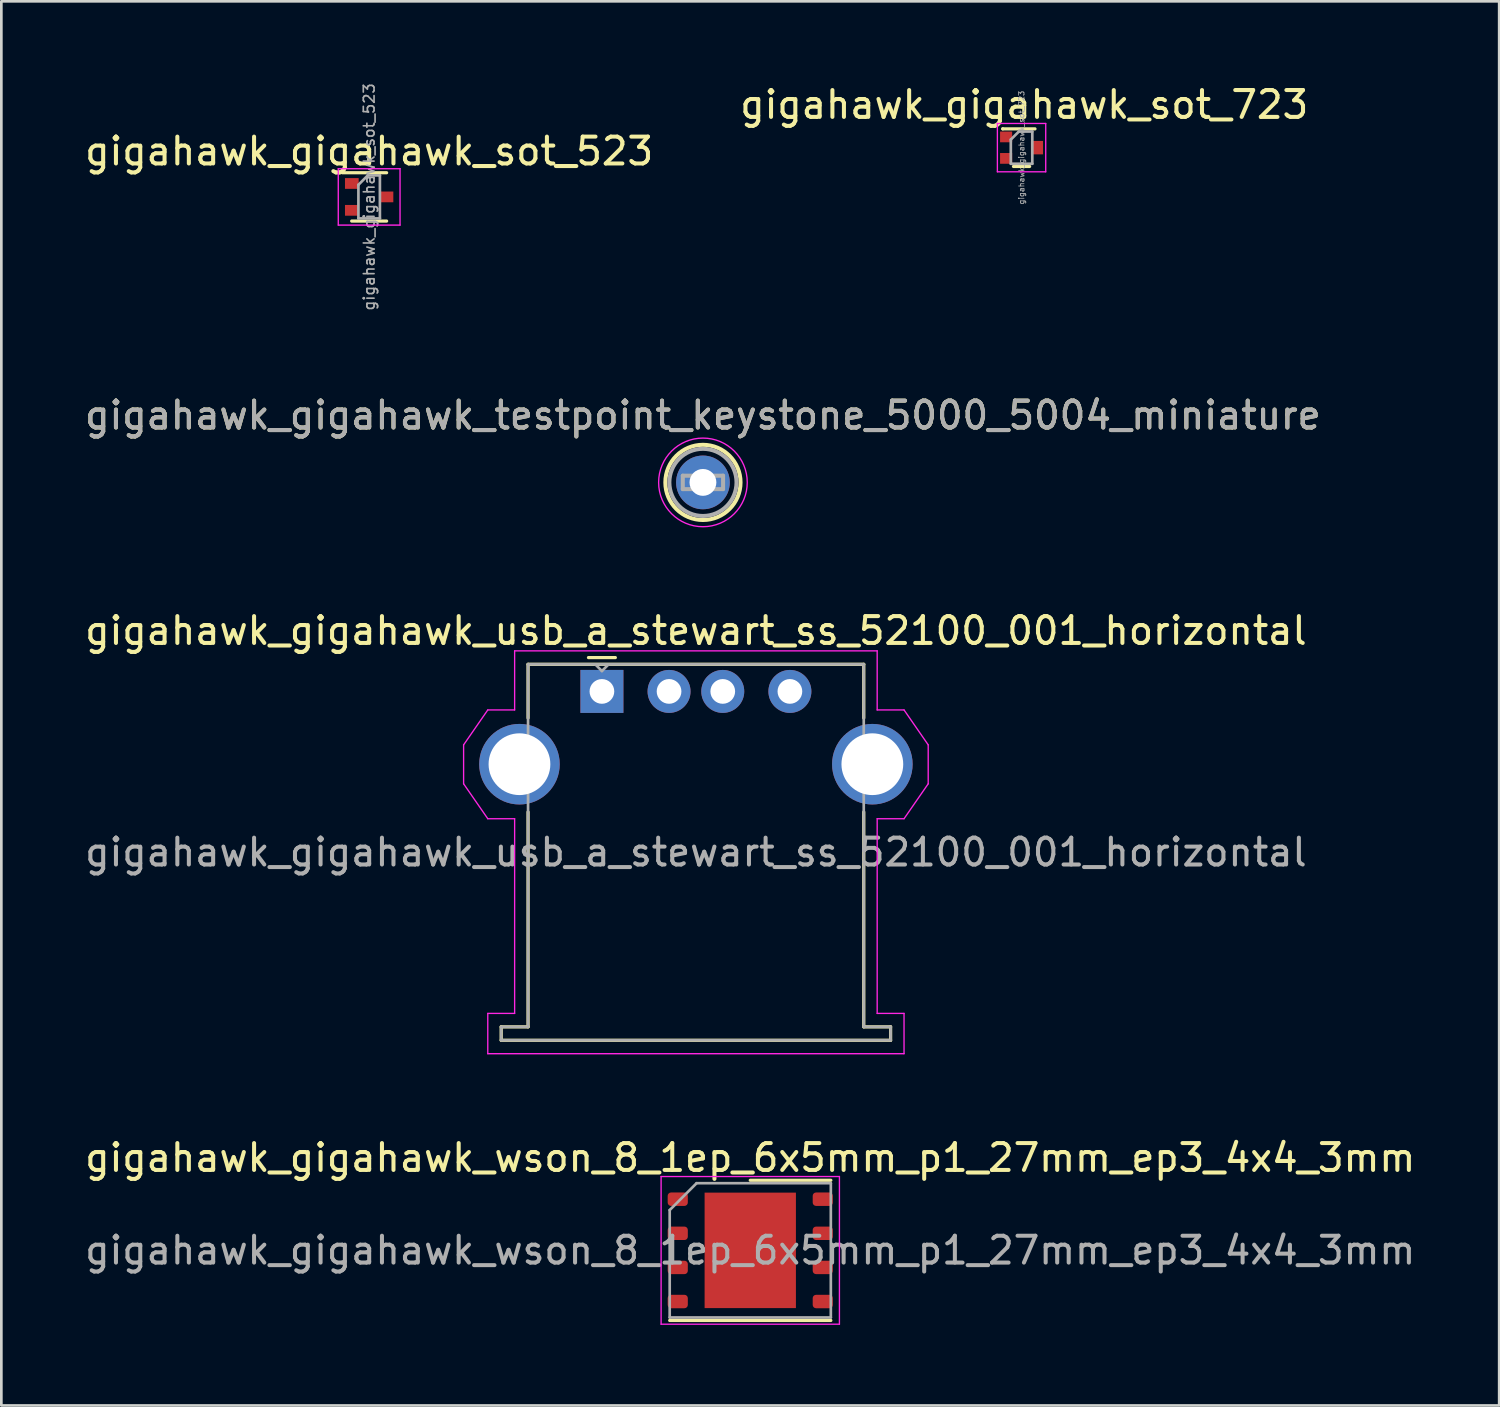
<source format=kicad_pcb>
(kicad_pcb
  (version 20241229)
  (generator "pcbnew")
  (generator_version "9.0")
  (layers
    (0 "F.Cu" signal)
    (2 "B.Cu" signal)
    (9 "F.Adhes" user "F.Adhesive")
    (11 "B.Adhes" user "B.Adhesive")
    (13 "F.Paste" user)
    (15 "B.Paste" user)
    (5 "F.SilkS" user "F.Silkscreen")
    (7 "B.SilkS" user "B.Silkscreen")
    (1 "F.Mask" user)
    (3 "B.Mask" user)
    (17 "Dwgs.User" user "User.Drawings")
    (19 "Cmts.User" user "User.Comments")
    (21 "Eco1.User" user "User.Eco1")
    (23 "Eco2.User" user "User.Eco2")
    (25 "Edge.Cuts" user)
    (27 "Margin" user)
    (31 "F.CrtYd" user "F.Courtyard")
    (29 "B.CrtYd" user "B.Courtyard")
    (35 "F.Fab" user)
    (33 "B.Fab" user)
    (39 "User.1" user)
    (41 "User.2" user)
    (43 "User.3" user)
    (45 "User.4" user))
  (footprint "gigahawk_gigahawk_wson_8_1ep_6x5mm_p1_27mm_ep3_4x4_3mm"
    (layer "F.Cu")
    (at 24.887 43.509)
    (property "Reference" "gigahawk_gigahawk_wson_8_1ep_6x5mm_p1_27mm_ep3_4x4_3mm" (at 0 -3.45 0) (layer "F.SilkS") (effects (font (size 1 1) (thickness 0.15))))
    (attr smd)
    (fp_line (start -3 2.61) (end 3 2.61) (stroke (width 0.12) (type solid)) (layer "F.SilkS"))
    (fp_line (start 0 -2.61) (end 3 -2.61) (stroke (width 0.12) (type solid)) (layer "F.SilkS"))
    (fp_line (start -3.32 -2.75) (end -3.32 2.75) (stroke (width 0.05) (type solid)) (layer "F.CrtYd"))
    (fp_line (start -3.32 2.75) (end 3.32 2.75) (stroke (width 0.05) (type solid)) (layer "F.CrtYd"))
    (fp_line (start 3.32 -2.75) (end -3.32 -2.75) (stroke (width 0.05) (type solid)) (layer "F.CrtYd"))
    (fp_line (start 3.32 2.75) (end 3.32 -2.75) (stroke (width 0.05) (type solid)) (layer "F.CrtYd"))
    (fp_line (start -3 -1.5) (end -2 -2.5) (stroke (width 0.1) (type solid)) (layer "F.Fab"))
    (fp_line (start -3 2.5) (end -3 -1.5) (stroke (width 0.1) (type solid)) (layer "F.Fab"))
    (fp_line (start -2 -2.5) (end 3 -2.5) (stroke (width 0.1) (type solid)) (layer "F.Fab"))
    (fp_line (start 3 -2.5) (end 3 2.5) (stroke (width 0.1) (type solid)) (layer "F.Fab"))
    (fp_line (start 3 2.5) (end -3 2.5) (stroke (width 0.1) (type solid)) (layer "F.Fab"))
    (fp_text user "${REFERENCE}" (at 0 0 0) (layer "F.Fab") (effects (font (size 1 1) (thickness 0.15))))
    (pad "" smd roundrect (at -0.85 -1.075) (size 1.37 1.73) (layers "F.Paste") (roundrect_rratio 0.182))
    (pad "" smd roundrect (at -0.85 1.075) (size 1.37 1.73) (layers "F.Paste") (roundrect_rratio 0.182))
    (pad "" smd roundrect (at 0.85 -1.075) (size 1.37 1.73) (layers "F.Paste") (roundrect_rratio 0.182))
    (pad "" smd roundrect (at 0.85 1.075) (size 1.37 1.73) (layers "F.Paste") (roundrect_rratio 0.182))
    (pad "1" smd roundrect (at -2.7 -1.905) (size 0.75 0.5) (layers "F.Cu" "F.Mask" "F.Paste") (roundrect_rratio 0.25))
    (pad "2" smd roundrect (at -2.7 -0.635) (size 0.75 0.5) (layers "F.Cu" "F.Mask" "F.Paste") (roundrect_rratio 0.25))
    (pad "3" smd roundrect (at -2.7 0.635) (size 0.75 0.5) (layers "F.Cu" "F.Mask" "F.Paste") (roundrect_rratio 0.25))
    (pad "4" smd roundrect (at -2.7 1.905) (size 0.75 0.5) (layers "F.Cu" "F.Mask" "F.Paste") (roundrect_rratio 0.25))
    (pad "5" smd roundrect (at 2.7 1.905) (size 0.75 0.5) (layers "F.Cu" "F.Mask" "F.Paste") (roundrect_rratio 0.25))
    (pad "6" smd roundrect (at 2.7 0.635) (size 0.75 0.5) (layers "F.Cu" "F.Mask" "F.Paste") (roundrect_rratio 0.25))
    (pad "7" smd roundrect (at 2.7 -0.635) (size 0.75 0.5) (layers "F.Cu" "F.Mask" "F.Paste") (roundrect_rratio 0.25))
    (pad "8" smd roundrect (at 2.7 -1.905) (size 0.75 0.5) (layers "F.Cu" "F.Mask" "F.Paste") (roundrect_rratio 0.25))
    (pad "9" smd rect (at 0 0) (size 3.4 4.3) (layers "F.Cu" "F.Mask")))
  (footprint "gigahawk_gigahawk_sot_523"
    (layer "F.Cu")
    (at 10.696 4.282)
    (property "Reference" "gigahawk_gigahawk_sot_523" (at 0 -1.7 0) (layer "F.SilkS") (effects (font (size 1 1) (thickness 0.15))))
    (attr smd)
    (fp_line (start -1 -0.9) (end 0.65 -0.9) (stroke (width 0.12) (type solid)) (layer "F.SilkS"))
    (fp_line (start 0.65 0.9) (end -0.65 0.9) (stroke (width 0.12) (type solid)) (layer "F.SilkS"))
    (fp_line (start -1.15 -1.05) (end -1.15 1.05) (stroke (width 0.05) (type solid)) (layer "F.CrtYd"))
    (fp_line (start -1.15 -1.05) (end 1.15 -1.05) (stroke (width 0.05) (type solid)) (layer "F.CrtYd"))
    (fp_line (start 1.15 1.05) (end -1.15 1.05) (stroke (width 0.05) (type solid)) (layer "F.CrtYd"))
    (fp_line (start 1.15 1.05) (end 1.15 -1.05) (stroke (width 0.05) (type solid)) (layer "F.CrtYd"))
    (fp_line (start -0.4 -0.45) (end -0.4 0.8) (stroke (width 0.1) (type solid)) (layer "F.Fab"))
    (fp_line (start -0.4 -0.45) (end -0.05 -0.8) (stroke (width 0.1) (type solid)) (layer "F.Fab"))
    (fp_line (start -0.4 0.8) (end 0.4 0.8) (stroke (width 0.1) (type solid)) (layer "F.Fab"))
    (fp_line (start 0.4 -0.8) (end -0.05 -0.8) (stroke (width 0.1) (type solid)) (layer "F.Fab"))
    (fp_line (start 0.4 0.8) (end 0.4 -0.8) (stroke (width 0.1) (type solid)) (layer "F.Fab"))
    (fp_text user "${REFERENCE}" (at 0 0 270) (layer "F.Fab") (effects (font (size 0.4 0.4) (thickness 0.062))))
    (pad "1" smd rect (at -0.645 -0.5 180) (size 0.51 0.4) (layers "F.Cu" "F.Mask" "F.Paste"))
    (pad "2" smd rect (at -0.645 0.5 180) (size 0.51 0.4) (layers "F.Cu" "F.Mask" "F.Paste"))
    (pad "3" smd rect (at 0.645 0 180) (size 0.51 0.4) (layers "F.Cu" "F.Mask" "F.Paste")))
  (footprint "gigahawk_gigahawk_sot_723"
    (layer "F.Cu")
    (at 34.989 2.448)
    (property "Reference" "gigahawk_gigahawk_sot_723" (at 0.1 -1.6 0) (layer "F.SilkS") (effects (font (size 1 1) (thickness 0.15))))
    (attr smd)
    (fp_line (start -0.7 -0.7) (end -0.7 -0.7) (stroke (width 0.12) (type solid)) (layer "F.SilkS"))
    (fp_line (start 0.3 0.7) (end -0.3 0.7) (stroke (width 0.12) (type solid)) (layer "F.SilkS"))
    (fp_line (start 0.5 -0.7) (end -0.7 -0.7) (stroke (width 0.12) (type solid)) (layer "F.SilkS"))
    (fp_line (start -0.9 -0.9) (end -0.9 -0.9) (stroke (width 0.05) (type solid)) (layer "F.CrtYd"))
    (fp_line (start -0.9 -0.9) (end 0.9 -0.9) (stroke (width 0.05) (type solid)) (layer "F.CrtYd"))
    (fp_line (start -0.9 0.9) (end -0.9 -0.9) (stroke (width 0.05) (type solid)) (layer "F.CrtYd"))
    (fp_line (start 0.9 -0.9) (end 0.9 0.9) (stroke (width 0.05) (type solid)) (layer "F.CrtYd"))
    (fp_line (start 0.9 0.9) (end -0.9 0.9) (stroke (width 0.05) (type solid)) (layer "F.CrtYd"))
    (fp_line (start -0.4 -0.3) (end -0.1 -0.6) (stroke (width 0.1) (type solid)) (layer "F.Fab"))
    (fp_line (start -0.4 0.6) (end -0.4 -0.3) (stroke (width 0.1) (type solid)) (layer "F.Fab"))
    (fp_line (start -0.1 -0.6) (end 0.4 -0.6) (stroke (width 0.1) (type solid)) (layer "F.Fab"))
    (fp_line (start 0.4 -0.6) (end 0.4 0.6) (stroke (width 0.1) (type solid)) (layer "F.Fab"))
    (fp_line (start 0.4 0.6) (end -0.4 0.6) (stroke (width 0.1) (type solid)) (layer "F.Fab"))
    (fp_text user "${REFERENCE}" (at 0 0 90) (layer "F.Fab") (effects (font (size 0.2 0.2) (thickness 0.03))))
    (pad "1" smd rect (at -0.575 -0.4) (size 0.45 0.4) (layers "F.Cu" "F.Mask" "F.Paste"))
    (pad "2" smd rect (at -0.575 0.4) (size 0.45 0.4) (layers "F.Cu" "F.Mask" "F.Paste"))
    (pad "3" smd rect (at 0.575 0) (size 0.45 0.5) (layers "F.Cu" "F.Mask" "F.Paste")))
  (footprint "gigahawk_gigahawk_usb_a_stewart_ss_52100_001_horizontal"
    (layer "F.Cu")
    (at 19.363 22.696)
    (property "Reference" "gigahawk_gigahawk_usb_a_stewart_ss_52100_001_horizontal" (at 3.5 -2.26 0) (layer "F.SilkS") (effects (font (size 1 1) (thickness 0.15))))
    (attr through_hole)
    (fp_line (start -3.75 12.49) (end -3.75 12.99) (stroke (width 0.12) (type solid)) (layer "F.SilkS"))
    (fp_line (start -3.75 12.99) (end 10.75 12.99) (stroke (width 0.12) (type solid)) (layer "F.SilkS"))
    (fp_line (start -2.75 -1.01) (end -2.75 0.99) (stroke (width 0.12) (type solid)) (layer "F.SilkS"))
    (fp_line (start -2.75 4.49) (end -2.75 12.49) (stroke (width 0.12) (type solid)) (layer "F.SilkS"))
    (fp_line (start -2.75 12.49) (end -3.75 12.49) (stroke (width 0.12) (type solid)) (layer "F.SilkS"))
    (fp_line (start -0.5 -1.26) (end 0.5 -1.26) (stroke (width 0.12) (type solid)) (layer "F.SilkS"))
    (fp_line (start 9.75 -1.01) (end -2.75 -1.01) (stroke (width 0.12) (type solid)) (layer "F.SilkS"))
    (fp_line (start 9.75 0.99) (end 9.75 -1.01) (stroke (width 0.12) (type solid)) (layer "F.SilkS"))
    (fp_line (start 9.75 12.49) (end 9.75 4.49) (stroke (width 0.12) (type solid)) (layer "F.SilkS"))
    (fp_line (start 10.75 12.49) (end 9.75 12.49) (stroke (width 0.12) (type solid)) (layer "F.SilkS"))
    (fp_line (start 10.75 12.99) (end 10.75 12.49) (stroke (width 0.12) (type solid)) (layer "F.SilkS"))
    (fp_line (start -5.15 1.99) (end -4.25 0.69) (stroke (width 0.05) (type solid)) (layer "F.CrtYd"))
    (fp_line (start -5.15 3.44) (end -5.15 1.99) (stroke (width 0.05) (type solid)) (layer "F.CrtYd"))
    (fp_line (start -5.15 3.44) (end -4.25 4.74) (stroke (width 0.05) (type solid)) (layer "F.CrtYd"))
    (fp_line (start -4.25 11.99) (end -4.25 13.49) (stroke (width 0.05) (type solid)) (layer "F.CrtYd"))
    (fp_line (start -4.25 13.49) (end 11.25 13.49) (stroke (width 0.05) (type solid)) (layer "F.CrtYd"))
    (fp_line (start -3.25 0.69) (end -4.25 0.69) (stroke (width 0.05) (type solid)) (layer "F.CrtYd"))
    (fp_line (start -3.25 0.69) (end -3.25 -1.51) (stroke (width 0.05) (type solid)) (layer "F.CrtYd"))
    (fp_line (start -3.25 4.74) (end -4.25 4.74) (stroke (width 0.05) (type solid)) (layer "F.CrtYd"))
    (fp_line (start -3.25 4.74) (end -3.25 11.99) (stroke (width 0.05) (type solid)) (layer "F.CrtYd"))
    (fp_line (start -3.25 11.99) (end -4.25 11.99) (stroke (width 0.05) (type solid)) (layer "F.CrtYd"))
    (fp_line (start 10.25 -1.51) (end -3.25 -1.51) (stroke (width 0.05) (type solid)) (layer "F.CrtYd"))
    (fp_line (start 10.25 0.69) (end 10.25 -1.51) (stroke (width 0.05) (type solid)) (layer "F.CrtYd"))
    (fp_line (start 10.25 0.69) (end 11.25 0.69) (stroke (width 0.05) (type solid)) (layer "F.CrtYd"))
    (fp_line (start 10.25 4.74) (end 11.25 4.74) (stroke (width 0.05) (type solid)) (layer "F.CrtYd"))
    (fp_line (start 10.25 11.99) (end 10.25 4.74) (stroke (width 0.05) (type solid)) (layer "F.CrtYd"))
    (fp_line (start 11.25 11.99) (end 10.25 11.99) (stroke (width 0.05) (type solid)) (layer "F.CrtYd"))
    (fp_line (start 11.25 13.49) (end 11.25 11.99) (stroke (width 0.05) (type solid)) (layer "F.CrtYd"))
    (fp_line (start 12.15 1.99) (end 11.25 0.69) (stroke (width 0.05) (type solid)) (layer "F.CrtYd"))
    (fp_line (start 12.15 1.99) (end 12.15 3.44) (stroke (width 0.05) (type solid)) (layer "F.CrtYd"))
    (fp_line (start 12.15 3.44) (end 11.25 4.74) (stroke (width 0.05) (type solid)) (layer "F.CrtYd"))
    (fp_line (start -3.75 12.49) (end -2.75 12.49) (stroke (width 0.1) (type solid)) (layer "F.Fab"))
    (fp_line (start -3.75 12.99) (end -3.75 12.49) (stroke (width 0.1) (type solid)) (layer "F.Fab"))
    (fp_line (start -3.75 12.99) (end 10.75 12.99) (stroke (width 0.1) (type solid)) (layer "F.Fab"))
    (fp_line (start -2.75 -1.01) (end 9.75 -1.01) (stroke (width 0.1) (type solid)) (layer "F.Fab"))
    (fp_line (start -2.75 12.49) (end -2.75 -1.01) (stroke (width 0.1) (type solid)) (layer "F.Fab"))
    (fp_line (start -0.25 -1.01) (end 0 -0.76) (stroke (width 0.1) (type solid)) (layer "F.Fab"))
    (fp_line (start 0 -0.76) (end 0.25 -1.01) (stroke (width 0.1) (type solid)) (layer "F.Fab"))
    (fp_line (start 9.75 12.49) (end 9.75 -1.01) (stroke (width 0.1) (type solid)) (layer "F.Fab"))
    (fp_line (start 9.75 12.49) (end 10.75 12.49) (stroke (width 0.1) (type solid)) (layer "F.Fab"))
    (fp_line (start 10.75 12.49) (end 10.75 12.99) (stroke (width 0.1) (type solid)) (layer "F.Fab"))
    (fp_text user "${REFERENCE}" (at 3.5 5.99 0) (layer "F.Fab") (effects (font (size 1 1) (thickness 0.15))))
    (pad "1" thru_hole rect (at 0 0) (size 1.6 1.6) (drill 0.92) (layers "*.Cu" "*.Mask"))
    (pad "2" thru_hole circle (at 2.5 0) (size 1.6 1.6) (drill 0.92) (layers "*.Cu" "*.Mask"))
    (pad "3" thru_hole circle (at 4.5 0) (size 1.6 1.6) (drill 0.92) (layers "*.Cu" "*.Mask"))
    (pad "4" thru_hole circle (at 7 0) (size 1.6 1.6) (drill 0.92) (layers "*.Cu" "*.Mask"))
    (pad "5" thru_hole circle (at -3.07 2.71) (size 3 3) (drill 2.3) (layers "*.Cu" "*.Mask"))
    (pad "5" thru_hole circle (at 10.07 2.71) (size 3 3) (drill 2.3) (layers "*.Cu" "*.Mask")))
  (footprint "gigahawk_gigahawk_testpoint_keystone_5000_5004_miniature"
    (layer "F.Cu")
    (at 23.125 14.913)
    (property "Reference" "gigahawk_gigahawk_testpoint_keystone_5000_5004_miniature" (at 0 -2.5 0) (layer "F.SilkS") (effects (font (size 1 1) (thickness 0.15))))
    (attr through_hole)
    (fp_circle (center 0 0) (end 1.4 0) (stroke (width 0.15) (type solid)) (fill no) (layer "F.SilkS"))
    (fp_circle (center 0 0) (end 1.65 0) (stroke (width 0.05) (type solid)) (fill no) (layer "F.CrtYd"))
    (fp_line (start -0.75 -0.25) (end 0.75 -0.25) (stroke (width 0.15) (type solid)) (layer "F.Fab"))
    (fp_line (start -0.75 0.25) (end -0.75 -0.25) (stroke (width 0.15) (type solid)) (layer "F.Fab"))
    (fp_line (start 0.75 -0.25) (end 0.75 0.25) (stroke (width 0.15) (type solid)) (layer "F.Fab"))
    (fp_line (start 0.75 0.25) (end -0.75 0.25) (stroke (width 0.15) (type solid)) (layer "F.Fab"))
    (fp_circle (center 0 0) (end 1.25 0) (stroke (width 0.15) (type solid)) (fill no) (layer "F.Fab"))
    (fp_text user "${REFERENCE}" (at 0 -2.5 0) (layer "F.Fab") (effects (font (size 1 1) (thickness 0.15))))
    (pad "1" thru_hole circle (at 0 0) (size 2 2) (drill 1) (layers "*.Cu" "*.Mask")))
  (gr_rect
    (start -3 -3)
    (end 52.774 49.284)
    (stroke (width 0.1) (type default))
    (fill no)
    (layer "Edge.Cuts")))
</source>
